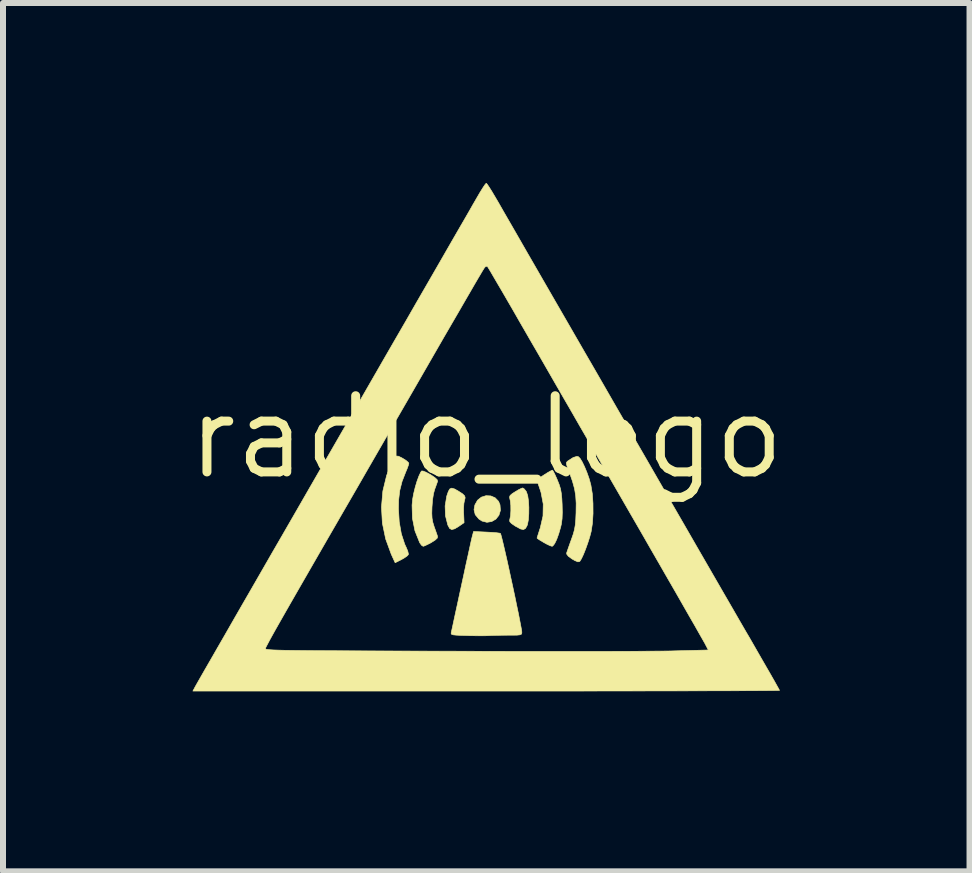
<source format=kicad_pcb>
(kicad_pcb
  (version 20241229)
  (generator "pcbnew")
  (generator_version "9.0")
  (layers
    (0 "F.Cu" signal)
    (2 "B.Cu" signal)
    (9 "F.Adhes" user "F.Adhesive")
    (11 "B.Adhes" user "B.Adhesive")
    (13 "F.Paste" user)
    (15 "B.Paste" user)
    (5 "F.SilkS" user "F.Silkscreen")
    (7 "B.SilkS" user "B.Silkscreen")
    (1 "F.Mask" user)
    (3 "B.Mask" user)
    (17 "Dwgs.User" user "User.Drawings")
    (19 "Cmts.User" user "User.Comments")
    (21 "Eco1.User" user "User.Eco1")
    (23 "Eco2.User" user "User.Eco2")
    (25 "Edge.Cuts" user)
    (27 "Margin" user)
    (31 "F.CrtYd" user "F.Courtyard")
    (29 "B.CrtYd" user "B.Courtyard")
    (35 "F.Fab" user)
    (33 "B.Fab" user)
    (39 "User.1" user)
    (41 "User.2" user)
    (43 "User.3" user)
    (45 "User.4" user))
  (footprint "radio_logo"
    (layer "F.Cu")
    (at 5.057 4.238)
    (property "Reference" "radio_logo" (at 0 0 0) (layer "F.SilkS") (effects (font (size 1.27 1.27) (thickness 0.15))))
    (attr through_hole)
    (fp_poly (pts (xy 0.075 0.98) (xy 0.148 1.011) (xy 0.204 1.069) (xy 0.229 1.128) (xy 0.236 1.222) (xy 0.211 1.303) (xy 0.16 1.367) (xy 0.091 1.407) (xy 0.011 1.42) (xy -0.071 1.399) (xy -0.123 1.365) (xy -0.184 1.292) (xy -0.204 1.209) (xy -0.19 1.131) (xy -0.146 1.052) (xy -0.081 1) (xy -0.004 0.976) (xy 0.075 0.98)) (stroke (width 0.01) (type solid)) (fill yes) (layer "F.SilkS"))
    (fp_poly (pts (xy -0.528 0.864) (xy -0.46 0.903) (xy -0.394 0.946) (xy -0.36 0.98) (xy -0.352 1.012) (xy -0.362 1.054) (xy -0.363 1.057) (xy -0.373 1.105) (xy -0.378 1.179) (xy -0.378 1.265) (xy -0.377 1.269) (xy -0.37 1.426) (xy -0.455 1.485) (xy -0.526 1.528) (xy -0.576 1.541) (xy -0.611 1.522) (xy -0.639 1.469) (xy -0.641 1.466) (xy -0.68 1.312) (xy -0.686 1.147) (xy -0.659 0.983) (xy -0.632 0.905) (xy -0.608 0.864) (xy -0.576 0.85) (xy -0.528 0.864)) (stroke (width 0.01) (type solid)) (fill yes) (layer "F.SilkS"))
    (fp_poly (pts (xy 0.634 0.864) (xy 0.666 0.905) (xy 0.671 0.915) (xy 0.691 0.976) (xy 0.704 1.065) (xy 0.71 1.17) (xy 0.709 1.279) (xy 0.702 1.379) (xy 0.687 1.457) (xy 0.68 1.476) (xy 0.654 1.522) (xy 0.62 1.541) (xy 0.572 1.531) (xy 0.501 1.493) (xy 0.479 1.48) (xy 0.421 1.44) (xy 0.393 1.411) (xy 0.389 1.384) (xy 0.393 1.369) (xy 0.405 1.31) (xy 0.41 1.227) (xy 0.409 1.138) (xy 0.401 1.061) (xy 0.394 1.033) (xy 0.388 0.999) (xy 0.398 0.972) (xy 0.433 0.942) (xy 0.48 0.912) (xy 0.54 0.876) (xy 0.588 0.853) (xy 0.608 0.847) (xy 0.634 0.864)) (stroke (width 0.01) (type solid)) (fill yes) (layer "F.SilkS"))
    (fp_poly (pts (xy -1.464 0.318) (xy -1.414 0.342) (xy -1.394 0.353) (xy -1.338 0.388) (xy -1.3 0.421) (xy -1.291 0.437) (xy -1.299 0.47) (xy -1.32 0.528) (xy -1.344 0.585) (xy -1.404 0.739) (xy -1.442 0.888) (xy -1.461 1.048) (xy -1.464 1.196) (xy -1.451 1.413) (xy -1.416 1.612) (xy -1.36 1.784) (xy -1.333 1.842) (xy -1.309 1.9) (xy -1.298 1.947) (xy -1.299 1.959) (xy -1.323 1.984) (xy -1.373 2.018) (xy -1.414 2.041) (xy -1.519 2.094) (xy -1.584 1.952) (xy -1.677 1.698) (xy -1.732 1.434) (xy -1.747 1.166) (xy -1.724 0.899) (xy -1.661 0.639) (xy -1.597 0.472) (xy -1.558 0.387) (xy -1.529 0.336) (xy -1.5 0.315) (xy -1.464 0.318)) (stroke (width 0.01) (type solid)) (fill yes) (layer "F.SilkS"))
    (fp_poly (pts (xy -1.054 0.565) (xy -1.004 0.585) (xy -0.939 0.62) (xy -0.931 0.624) (xy -0.858 0.673) (xy -0.819 0.709) (xy -0.811 0.737) (xy -0.812 0.738) (xy -0.826 0.778) (xy -0.848 0.839) (xy -0.859 0.868) (xy -0.879 0.94) (xy -0.895 1.04) (xy -0.904 1.152) (xy -0.905 1.164) (xy -0.908 1.27) (xy -0.904 1.35) (xy -0.892 1.418) (xy -0.87 1.489) (xy -0.869 1.492) (xy -0.843 1.565) (xy -0.822 1.625) (xy -0.812 1.655) (xy -0.816 1.682) (xy -0.851 1.715) (xy -0.913 1.755) (xy -0.977 1.789) (xy -1.029 1.813) (xy -1.052 1.82) (xy -1.079 1.803) (xy -1.109 1.761) (xy -1.112 1.754) (xy -1.189 1.562) (xy -1.231 1.352) (xy -1.237 1.134) (xy -1.227 1.032) (xy -1.21 0.939) (xy -1.185 0.837) (xy -1.155 0.736) (xy -1.123 0.649) (xy -1.093 0.585) (xy -1.079 0.564) (xy -1.054 0.565)) (stroke (width 0.01) (type solid)) (fill yes) (layer "F.SilkS"))
    (fp_poly (pts (xy 1.117 0.568) (xy 1.142 0.617) (xy 1.173 0.686) (xy 1.185 0.714) (xy 1.217 0.794) (xy 1.238 0.863) (xy 1.251 0.936) (xy 1.26 1.026) (xy 1.265 1.122) (xy 1.268 1.256) (xy 1.264 1.361) (xy 1.252 1.45) (xy 1.24 1.501) (xy 1.208 1.612) (xy 1.174 1.706) (xy 1.14 1.776) (xy 1.11 1.814) (xy 1.097 1.82) (xy 1.064 1.81) (xy 1.009 1.784) (xy 0.958 1.756) (xy 0.899 1.721) (xy 0.859 1.694) (xy 0.847 1.683) (xy 0.853 1.66) (xy 0.87 1.607) (xy 0.893 1.534) (xy 0.9 1.515) (xy 0.946 1.315) (xy 0.95 1.116) (xy 0.913 0.922) (xy 0.899 0.878) (xy 0.874 0.805) (xy 0.855 0.747) (xy 0.847 0.717) (xy 0.847 0.716) (xy 0.863 0.699) (xy 0.905 0.668) (xy 0.961 0.631) (xy 1.019 0.594) (xy 1.07 0.565) (xy 1.1 0.551) (xy 1.103 0.55) (xy 1.117 0.568)) (stroke (width 0.01) (type solid)) (fill yes) (layer "F.SilkS"))
    (fp_poly (pts (xy 1.534 0.325) (xy 1.563 0.353) (xy 1.6 0.413) (xy 1.64 0.496) (xy 1.68 0.593) (xy 1.716 0.695) (xy 1.743 0.794) (xy 1.745 0.804) (xy 1.768 0.944) (xy 1.779 1.106) (xy 1.78 1.275) (xy 1.77 1.436) (xy 1.749 1.572) (xy 1.748 1.577) (xy 1.724 1.667) (xy 1.692 1.767) (xy 1.656 1.867) (xy 1.62 1.957) (xy 1.587 2.027) (xy 1.561 2.069) (xy 1.557 2.073) (xy 1.528 2.079) (xy 1.477 2.058) (xy 1.43 2.031) (xy 1.368 1.986) (xy 1.341 1.95) (xy 1.34 1.931) (xy 1.352 1.896) (xy 1.374 1.832) (xy 1.403 1.75) (xy 1.42 1.704) (xy 1.451 1.615) (xy 1.471 1.54) (xy 1.484 1.465) (xy 1.492 1.375) (xy 1.497 1.257) (xy 1.497 1.249) (xy 1.499 1.103) (xy 1.491 0.978) (xy 1.472 0.861) (xy 1.438 0.738) (xy 1.388 0.595) (xy 1.374 0.556) (xy 1.347 0.486) (xy 1.336 0.444) (xy 1.338 0.42) (xy 1.354 0.402) (xy 1.365 0.394) (xy 1.449 0.34) (xy 1.51 0.321) (xy 1.534 0.325)) (stroke (width 0.01) (type solid)) (fill yes) (layer "F.SilkS"))
    (fp_poly (pts (xy 0.005 1.583) (xy 0.097 1.588) (xy 0.173 1.594) (xy 0.223 1.601) (xy 0.237 1.606) (xy 0.245 1.63) (xy 0.261 1.69) (xy 0.283 1.78) (xy 0.31 1.896) (xy 0.341 2.031) (xy 0.374 2.18) (xy 0.408 2.338) (xy 0.443 2.498) (xy 0.477 2.657) (xy 0.508 2.808) (xy 0.537 2.946) (xy 0.56 3.064) (xy 0.578 3.159) (xy 0.59 3.224) (xy 0.593 3.252) (xy 0.591 3.273) (xy 0.582 3.288) (xy 0.559 3.296) (xy 0.513 3.301) (xy 0.438 3.302) (xy 0.355 3.302) (xy 0.25 3.303) (xy 0.154 3.305) (xy 0.078 3.307) (xy 0.042 3.309) (xy -0.007 3.311) (xy -0.087 3.312) (xy -0.189 3.311) (xy -0.3 3.309) (xy -0.312 3.308) (xy -0.426 3.305) (xy -0.503 3.301) (xy -0.551 3.296) (xy -0.577 3.288) (xy -0.585 3.276) (xy -0.584 3.259) (xy -0.583 3.254) (xy -0.576 3.223) (xy -0.561 3.155) (xy -0.54 3.056) (xy -0.513 2.931) (xy -0.481 2.785) (xy -0.446 2.622) (xy -0.412 2.466) (xy -0.374 2.291) (xy -0.339 2.127) (xy -0.306 1.979) (xy -0.278 1.851) (xy -0.256 1.75) (xy -0.24 1.68) (xy -0.232 1.649) (xy -0.212 1.573) (xy 0.005 1.583)) (stroke (width 0.01) (type solid)) (fill yes) (layer "F.SilkS"))
    (fp_poly (pts (xy 0.016 -4.216) (xy 0.049 -4.167) (xy 0.095 -4.094) (xy 0.15 -4.001) (xy 0.203 -3.911) (xy 0.24 -3.846) (xy 0.296 -3.748) (xy 0.37 -3.62) (xy 0.46 -3.464) (xy 0.564 -3.283) (xy 0.68 -3.081) (xy 0.807 -2.861) (xy 0.943 -2.625) (xy 1.086 -2.377) (xy 1.235 -2.119) (xy 1.387 -1.856) (xy 1.456 -1.736) (xy 1.624 -1.445) (xy 1.799 -1.143) (xy 1.978 -0.832) (xy 2.158 -0.519) (xy 2.337 -0.209) (xy 2.512 0.094) (xy 2.68 0.385) (xy 2.837 0.658) (xy 2.982 0.909) (xy 3.11 1.132) (xy 3.202 1.291) (xy 3.34 1.53) (xy 3.486 1.784) (xy 3.638 2.047) (xy 3.791 2.312) (xy 3.941 2.572) (xy 4.084 2.819) (xy 4.216 3.048) (xy 4.333 3.25) (xy 4.385 3.338) (xy 4.486 3.514) (xy 4.58 3.678) (xy 4.666 3.827) (xy 4.741 3.957) (xy 4.803 4.066) (xy 4.849 4.148) (xy 4.879 4.202) (xy 4.889 4.222) (xy 4.889 4.222) (xy 4.869 4.223) (xy 4.807 4.224) (xy 4.707 4.225) (xy 4.571 4.226) (xy 4.399 4.227) (xy 4.195 4.228) (xy 3.959 4.229) (xy 3.694 4.229) (xy 3.402 4.23) (xy 3.084 4.231) (xy 2.742 4.231) (xy 2.378 4.232) (xy 1.995 4.232) (xy 1.593 4.233) (xy 1.176 4.233) (xy 0.744 4.233) (xy 0.299 4.233) (xy -0.001 4.233) (xy -4.891 4.233) (xy -4.855 4.165) (xy -4.841 4.14) (xy -4.807 4.08) (xy -4.754 3.987) (xy -4.683 3.863) (xy -4.594 3.709) (xy -4.49 3.528) (xy -3.683 3.528) (xy -3.676 3.534) (xy -3.654 3.539) (xy -3.613 3.544) (xy -3.55 3.548) (xy -3.463 3.551) (xy -3.349 3.554) (xy -3.205 3.556) (xy -3.027 3.558) (xy -2.814 3.56) (xy -2.562 3.561) (xy -2.503 3.561) (xy -1.952 3.564) (xy -1.419 3.566) (xy -0.907 3.568) (xy -0.416 3.569) (xy 0.052 3.571) (xy 0.494 3.572) (xy 0.91 3.572) (xy 1.297 3.572) (xy 1.655 3.572) (xy 1.981 3.572) (xy 2.274 3.571) (xy 2.532 3.57) (xy 2.753 3.568) (xy 2.937 3.567) (xy 3.081 3.565) (xy 3.147 3.563) (xy 3.702 3.549) (xy 3.661 3.471) (xy 3.644 3.438) (xy 3.606 3.371) (xy 3.549 3.271) (xy 3.476 3.142) (xy 3.386 2.986) (xy 3.282 2.804) (xy 3.165 2.599) (xy 3.035 2.374) (xy 2.895 2.13) (xy 2.745 1.87) (xy 2.588 1.596) (xy 2.423 1.311) (xy 2.253 1.016) (xy 2.079 0.715) (xy 1.902 0.409) (xy 1.789 0.212) (xy 1.685 0.032) (xy 1.564 -0.177) (xy 1.431 -0.409) (xy 1.288 -0.656) (xy 1.141 -0.911) (xy 0.994 -1.167) (xy 0.85 -1.417) (xy 0.713 -1.653) (xy 0.678 -1.714) (xy 0.563 -1.913) (xy 0.455 -2.102) (xy 0.354 -2.276) (xy 0.263 -2.433) (xy 0.183 -2.569) (xy 0.117 -2.682) (xy 0.067 -2.768) (xy 0.033 -2.823) (xy 0.019 -2.846) (xy 0.019 -2.846) (xy -0.007 -2.848) (xy -0.03 -2.825) (xy -0.041 -2.807) (xy -0.063 -2.772) (xy -0.096 -2.716) (xy -0.141 -2.64) (xy -0.199 -2.541) (xy -0.27 -2.418) (xy -0.356 -2.27) (xy -0.457 -2.095) (xy -0.575 -1.892) (xy -0.71 -1.66) (xy -0.862 -1.396) (xy -1.033 -1.099) (xy -1.223 -0.769) (xy -1.423 -0.423) (xy -1.551 -0.201) (xy -1.694 0.047) (xy -1.847 0.312) (xy -2.004 0.584) (xy -2.158 0.852) (xy -2.305 1.106) (xy -2.439 1.337) (xy -2.467 1.386) (xy -2.663 1.725) (xy -2.838 2.029) (xy -2.994 2.3) (xy -3.131 2.538) (xy -3.251 2.747) (xy -3.354 2.927) (xy -3.441 3.08) (xy -3.513 3.207) (xy -3.571 3.311) (xy -3.616 3.393) (xy -3.648 3.454) (xy -3.67 3.496) (xy -3.681 3.52) (xy -3.683 3.528) (xy -4.49 3.528) (xy -4.489 3.526) (xy -4.369 3.318) (xy -4.235 3.084) (xy -4.088 2.828) (xy -3.928 2.551) (xy -3.757 2.254) (xy -3.576 1.939) (xy -3.385 1.609) (xy -3.186 1.264) (xy -2.98 0.906) (xy -2.768 0.538) (xy -2.561 0.18) (xy -2.342 -0.2) (xy -2.127 -0.572) (xy -1.918 -0.935) (xy -1.716 -1.286) (xy -1.521 -1.624) (xy -1.334 -1.947) (xy -1.158 -2.254) (xy -0.992 -2.541) (xy -0.838 -2.808) (xy -0.697 -3.053) (xy -0.57 -3.274) (xy -0.458 -3.468) (xy -0.361 -3.635) (xy -0.282 -3.772) (xy -0.222 -3.878) (xy -0.18 -3.95) (xy -0.16 -3.985) (xy -0.107 -4.076) (xy -0.06 -4.152) (xy -0.024 -4.206) (xy -0.002 -4.232) (xy 0.000052 -4.233) (xy 0.016 -4.216)) (stroke (width 0.01) (type solid)) (fill yes) (layer "F.SilkS")))
  (gr_rect
    (start -3 -3)
    (end 13.114 11.477)
    (stroke (width 0.1) (type default))
    (fill no)
    (layer "Edge.Cuts")))
</source>
